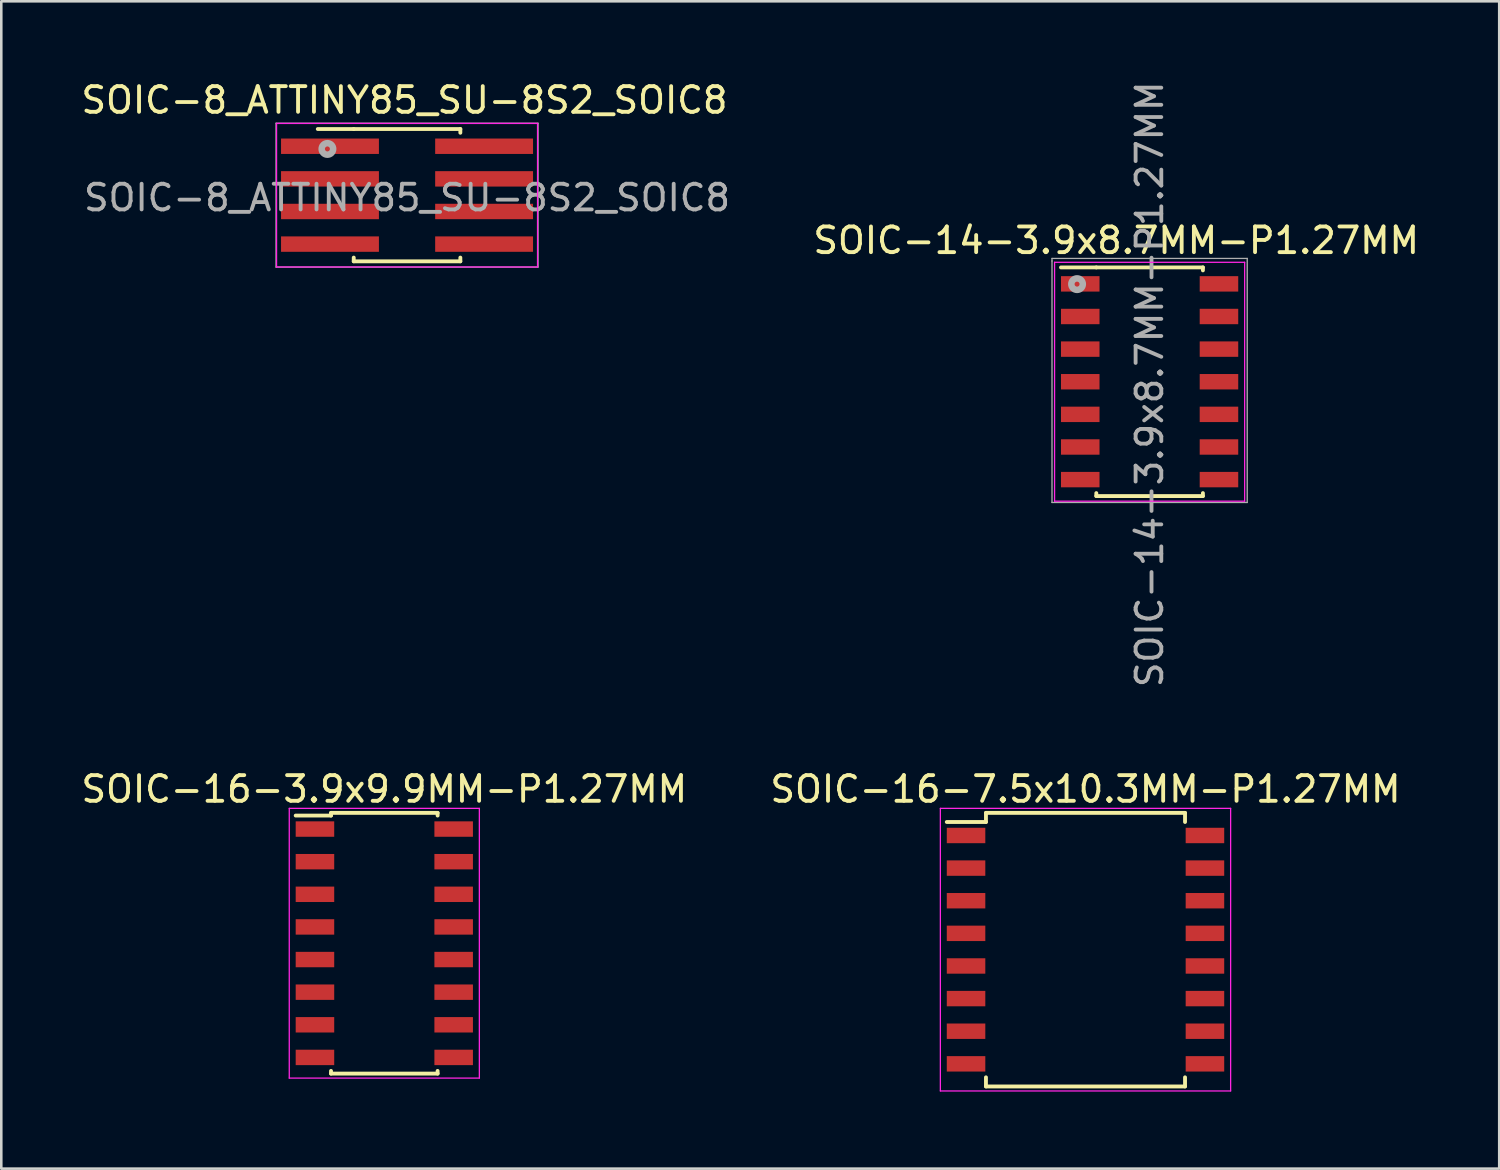
<source format=kicad_pcb>
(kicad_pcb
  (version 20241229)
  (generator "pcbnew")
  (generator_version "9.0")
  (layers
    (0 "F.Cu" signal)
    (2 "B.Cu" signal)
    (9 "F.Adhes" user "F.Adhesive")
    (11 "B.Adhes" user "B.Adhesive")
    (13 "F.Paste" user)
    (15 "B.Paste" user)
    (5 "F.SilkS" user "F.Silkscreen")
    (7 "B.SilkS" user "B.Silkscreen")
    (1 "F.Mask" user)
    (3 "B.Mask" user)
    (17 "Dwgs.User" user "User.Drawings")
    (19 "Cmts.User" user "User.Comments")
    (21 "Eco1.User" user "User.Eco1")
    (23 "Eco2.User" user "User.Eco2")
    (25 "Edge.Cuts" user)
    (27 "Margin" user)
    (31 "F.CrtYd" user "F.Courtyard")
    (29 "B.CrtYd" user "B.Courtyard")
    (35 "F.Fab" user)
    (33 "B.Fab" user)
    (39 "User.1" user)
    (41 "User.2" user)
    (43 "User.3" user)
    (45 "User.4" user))
  (footprint "SOIC-16-7.5x10.3MM-P1.27MM"
    (layer "F.Cu")
    (at 39.208 33.92)
    (property "Reference" "SOIC-16-7.5x10.3MM-P1.27MM" (at 0 -6.25 0) (layer "F.SilkS") (effects (font (size 1 1) (thickness 0.15))))
    (attr smd)
    (fp_line (start -3.875 -5.325) (end -3.875 -4.97) (stroke (width 0.15) (type solid)) (layer "F.SilkS"))
    (fp_line (start -3.875 -5.325) (end 3.875 -5.325) (stroke (width 0.15) (type solid)) (layer "F.SilkS"))
    (fp_line (start -3.875 -4.97) (end -5.4 -4.97) (stroke (width 0.15) (type solid)) (layer "F.SilkS"))
    (fp_line (start -3.875 5.325) (end -3.875 4.97) (stroke (width 0.15) (type solid)) (layer "F.SilkS"))
    (fp_line (start -3.875 5.325) (end 3.875 5.325) (stroke (width 0.15) (type solid)) (layer "F.SilkS"))
    (fp_line (start 3.875 -5.325) (end 3.875 -4.97) (stroke (width 0.15) (type solid)) (layer "F.SilkS"))
    (fp_line (start 3.875 5.325) (end 3.875 4.97) (stroke (width 0.15) (type solid)) (layer "F.SilkS"))
    (fp_line (start -5.65 -5.5) (end -5.65 5.5) (stroke (width 0.05) (type solid)) (layer "F.CrtYd"))
    (fp_line (start -5.65 -5.5) (end 5.65 -5.5) (stroke (width 0.05) (type solid)) (layer "F.CrtYd"))
    (fp_line (start -5.65 5.5) (end 5.65 5.5) (stroke (width 0.05) (type solid)) (layer "F.CrtYd"))
    (fp_line (start 5.65 -5.5) (end 5.65 5.5) (stroke (width 0.05) (type solid)) (layer "F.CrtYd"))
    (pad "1" smd rect (at -4.65 -4.445) (size 1.5 0.6) (layers "F.Cu" "F.Mask" "F.Paste"))
    (pad "2" smd rect (at -4.65 -3.175) (size 1.5 0.6) (layers "F.Cu" "F.Mask" "F.Paste"))
    (pad "3" smd rect (at -4.65 -1.905) (size 1.5 0.6) (layers "F.Cu" "F.Mask" "F.Paste"))
    (pad "4" smd rect (at -4.65 -0.635) (size 1.5 0.6) (layers "F.Cu" "F.Mask" "F.Paste"))
    (pad "5" smd rect (at -4.65 0.635) (size 1.5 0.6) (layers "F.Cu" "F.Mask" "F.Paste"))
    (pad "6" smd rect (at -4.65 1.905) (size 1.5 0.6) (layers "F.Cu" "F.Mask" "F.Paste"))
    (pad "7" smd rect (at -4.65 3.175) (size 1.5 0.6) (layers "F.Cu" "F.Mask" "F.Paste"))
    (pad "8" smd rect (at -4.65 4.445) (size 1.5 0.6) (layers "F.Cu" "F.Mask" "F.Paste"))
    (pad "9" smd rect (at 4.65 4.445) (size 1.5 0.6) (layers "F.Cu" "F.Mask" "F.Paste"))
    (pad "10" smd rect (at 4.65 3.175) (size 1.5 0.6) (layers "F.Cu" "F.Mask" "F.Paste"))
    (pad "11" smd rect (at 4.65 1.905) (size 1.5 0.6) (layers "F.Cu" "F.Mask" "F.Paste"))
    (pad "12" smd rect (at 4.65 0.635) (size 1.5 0.6) (layers "F.Cu" "F.Mask" "F.Paste"))
    (pad "13" smd rect (at 4.65 -0.635) (size 1.5 0.6) (layers "F.Cu" "F.Mask" "F.Paste"))
    (pad "14" smd rect (at 4.65 -1.905) (size 1.5 0.6) (layers "F.Cu" "F.Mask" "F.Paste"))
    (pad "15" smd rect (at 4.65 -3.175) (size 1.5 0.6) (layers "F.Cu" "F.Mask" "F.Paste"))
    (pad "16" smd rect (at 4.65 -4.445) (size 1.5 0.6) (layers "F.Cu" "F.Mask" "F.Paste")))
  (footprint "SOIC-16-3.9x9.9MM-P1.27MM"
    (layer "F.Cu")
    (at 11.911 33.67)
    (property "Reference" "SOIC-16-3.9x9.9MM-P1.27MM" (at 0 -6 0) (layer "F.SilkS") (effects (font (size 1 1) (thickness 0.15))))
    (attr smd)
    (fp_line (start -2.075 -5.075) (end -2.075 -4.97) (stroke (width 0.15) (type solid)) (layer "F.SilkS"))
    (fp_line (start -2.075 -5.075) (end 2.075 -5.075) (stroke (width 0.15) (type solid)) (layer "F.SilkS"))
    (fp_line (start -2.075 -4.97) (end -3.45 -4.97) (stroke (width 0.15) (type solid)) (layer "F.SilkS"))
    (fp_line (start -2.075 5.075) (end -2.075 4.97) (stroke (width 0.15) (type solid)) (layer "F.SilkS"))
    (fp_line (start -2.075 5.075) (end 2.075 5.075) (stroke (width 0.15) (type solid)) (layer "F.SilkS"))
    (fp_line (start 2.075 -5.075) (end 2.075 -4.97) (stroke (width 0.15) (type solid)) (layer "F.SilkS"))
    (fp_line (start 2.075 5.075) (end 2.075 4.97) (stroke (width 0.15) (type solid)) (layer "F.SilkS"))
    (fp_line (start -3.7 -5.25) (end -3.7 5.25) (stroke (width 0.05) (type solid)) (layer "F.CrtYd"))
    (fp_line (start -3.7 -5.25) (end 3.7 -5.25) (stroke (width 0.05) (type solid)) (layer "F.CrtYd"))
    (fp_line (start -3.7 5.25) (end 3.7 5.25) (stroke (width 0.05) (type solid)) (layer "F.CrtYd"))
    (fp_line (start 3.7 -5.25) (end 3.7 5.25) (stroke (width 0.05) (type solid)) (layer "F.CrtYd"))
    (pad "1" smd rect (at -2.7 -4.445) (size 1.5 0.6) (layers "F.Cu" "F.Mask" "F.Paste"))
    (pad "2" smd rect (at -2.7 -3.175) (size 1.5 0.6) (layers "F.Cu" "F.Mask" "F.Paste"))
    (pad "3" smd rect (at -2.7 -1.905) (size 1.5 0.6) (layers "F.Cu" "F.Mask" "F.Paste"))
    (pad "4" smd rect (at -2.7 -0.635) (size 1.5 0.6) (layers "F.Cu" "F.Mask" "F.Paste"))
    (pad "5" smd rect (at -2.7 0.635) (size 1.5 0.6) (layers "F.Cu" "F.Mask" "F.Paste"))
    (pad "6" smd rect (at -2.7 1.905) (size 1.5 0.6) (layers "F.Cu" "F.Mask" "F.Paste"))
    (pad "7" smd rect (at -2.7 3.175) (size 1.5 0.6) (layers "F.Cu" "F.Mask" "F.Paste"))
    (pad "8" smd rect (at -2.7 4.445) (size 1.5 0.6) (layers "F.Cu" "F.Mask" "F.Paste"))
    (pad "9" smd rect (at 2.7 4.445) (size 1.5 0.6) (layers "F.Cu" "F.Mask" "F.Paste"))
    (pad "10" smd rect (at 2.7 3.175) (size 1.5 0.6) (layers "F.Cu" "F.Mask" "F.Paste"))
    (pad "11" smd rect (at 2.7 1.905) (size 1.5 0.6) (layers "F.Cu" "F.Mask" "F.Paste"))
    (pad "12" smd rect (at 2.7 0.635) (size 1.5 0.6) (layers "F.Cu" "F.Mask" "F.Paste"))
    (pad "13" smd rect (at 2.7 -0.635) (size 1.5 0.6) (layers "F.Cu" "F.Mask" "F.Paste"))
    (pad "14" smd rect (at 2.7 -1.905) (size 1.5 0.6) (layers "F.Cu" "F.Mask" "F.Paste"))
    (pad "15" smd rect (at 2.7 -3.175) (size 1.5 0.6) (layers "F.Cu" "F.Mask" "F.Paste"))
    (pad "16" smd rect (at 2.7 -4.445) (size 1.5 0.6) (layers "F.Cu" "F.Mask" "F.Paste")))
  (footprint "SOIC-8_ATTINY85_SU-8S2_SOIC8"
    (layer "F.Cu")
    (at 12.796 4.548)
    (property "Reference" "SOIC-8_ATTINY85_SU-8S2_SOIC8" (at 0 0.1 0) (layer "F.Fab") (effects (font (size 1 1) (thickness 0.15))))
    (attr smd)
    (fp_line (start -2.075 -2.575) (end -3.475 -2.575) (stroke (width 0.15) (type solid)) (layer "F.SilkS"))
    (fp_line (start -2.075 -2.575) (end 2.075 -2.575) (stroke (width 0.15) (type solid)) (layer "F.SilkS"))
    (fp_line (start -2.075 2.575) (end -2.075 2.43) (stroke (width 0.15) (type solid)) (layer "F.SilkS"))
    (fp_line (start -2.075 2.575) (end 2.075 2.575) (stroke (width 0.15) (type solid)) (layer "F.SilkS"))
    (fp_line (start 2.075 -2.575) (end 2.075 -2.43) (stroke (width 0.15) (type solid)) (layer "F.SilkS"))
    (fp_line (start 2.075 2.575) (end 2.075 2.43) (stroke (width 0.15) (type solid)) (layer "F.SilkS"))
    (fp_line (start -5.08 -2.794) (end -5.08 2.794) (stroke (width 0.05) (type solid)) (layer "F.CrtYd"))
    (fp_line (start -5.08 -2.794) (end 5.08 -2.794) (stroke (width 0.05) (type solid)) (layer "F.CrtYd"))
    (fp_line (start -5.08 2.794) (end 5.08 2.794) (stroke (width 0.05) (type solid)) (layer "F.CrtYd"))
    (fp_line (start 5.08 -2.794) (end 5.08 2.794) (stroke (width 0.05) (type solid)) (layer "F.CrtYd"))
    (fp_line (start -5.1 -2.8) (end -5.1 2.8) (stroke (width 0.051) (type solid)) (layer "F.Fab"))
    (fp_line (start -5.1 2.8) (end 5.1 2.8) (stroke (width 0.051) (type solid)) (layer "F.Fab"))
    (fp_line (start 5.1 -2.8) (end -5.1 -2.8) (stroke (width 0.051) (type solid)) (layer "F.Fab"))
    (fp_line (start 5.1 2.8) (end 5.1 -2.8) (stroke (width 0.051) (type solid)) (layer "F.Fab"))
    (fp_circle (center -3.1 -1.8) (end -3 -1.6) (stroke (width 0.254) (type solid)) (fill no) (layer "F.Fab"))
    (fp_text user "${REFERENCE}" (at -0.1 -3.7 0) (layer "F.SilkS") (effects (font (size 1 1) (thickness 0.15))))
    (pad "1" smd rect (at -3 -1.905) (size 3.81 0.6) (layers "F.Cu" "F.Mask" "F.Paste"))
    (pad "2" smd rect (at -3 -0.635) (size 3.81 0.6) (layers "F.Cu" "F.Mask" "F.Paste"))
    (pad "3" smd rect (at -3 0.635) (size 3.81 0.6) (layers "F.Cu" "F.Mask" "F.Paste"))
    (pad "4" smd rect (at -3 1.905) (size 3.81 0.6) (layers "F.Cu" "F.Mask" "F.Paste"))
    (pad "5" smd rect (at 3 1.905) (size 3.81 0.6) (layers "F.Cu" "F.Mask" "F.Paste"))
    (pad "6" smd rect (at 3 0.635) (size 3.81 0.6) (layers "F.Cu" "F.Mask" "F.Paste"))
    (pad "7" smd rect (at 3 -0.635) (size 3.81 0.6) (layers "F.Cu" "F.Mask" "F.Paste"))
    (pad "8" smd rect (at 3 -1.905) (size 3.81 0.6) (layers "F.Cu" "F.Mask" "F.Paste")))
  (footprint "SOIC-14-3.9x8.7MM-P1.27MM"
    (layer "F.Cu")
    (at 41.704 11.811)
    (property "Reference" "SOIC-14-3.9x8.7MM-P1.27MM" (at 0 0.1 90) (layer "F.Fab") (effects (font (size 1 1) (thickness 0.15))))
    (attr smd)
    (fp_line (start -2.075 -4.45) (end -3.45 -4.45) (stroke (width 0.15) (type solid)) (layer "F.SilkS"))
    (fp_line (start -2.075 -4.45) (end 2.075 -4.45) (stroke (width 0.15) (type solid)) (layer "F.SilkS"))
    (fp_line (start -2.075 4.45) (end -2.075 4.335) (stroke (width 0.15) (type solid)) (layer "F.SilkS"))
    (fp_line (start -2.075 4.45) (end 2.075 4.45) (stroke (width 0.15) (type solid)) (layer "F.SilkS"))
    (fp_line (start 2.075 -4.45) (end 2.075 -4.335) (stroke (width 0.15) (type solid)) (layer "F.SilkS"))
    (fp_line (start 2.075 4.45) (end 2.075 4.335) (stroke (width 0.15) (type solid)) (layer "F.SilkS"))
    (fp_line (start -3.7 -4.65) (end -3.7 4.65) (stroke (width 0.05) (type solid)) (layer "F.CrtYd"))
    (fp_line (start -3.7 -4.65) (end 3.7 -4.65) (stroke (width 0.05) (type solid)) (layer "F.CrtYd"))
    (fp_line (start -3.7 4.65) (end 3.7 4.65) (stroke (width 0.05) (type solid)) (layer "F.CrtYd"))
    (fp_line (start 3.7 -4.65) (end 3.7 4.65) (stroke (width 0.05) (type solid)) (layer "F.CrtYd"))
    (fp_line (start -3.8 -4.8) (end -3.8 -4.7) (stroke (width 0.051) (type solid)) (layer "F.Fab"))
    (fp_line (start -3.8 -4.7) (end -3.8 4.7) (stroke (width 0.051) (type solid)) (layer "F.Fab"))
    (fp_line (start -3.8 4.7) (end 3.8 4.7) (stroke (width 0.051) (type solid)) (layer "F.Fab"))
    (fp_line (start 3.8 -4.8) (end -3.8 -4.8) (stroke (width 0.051) (type solid)) (layer "F.Fab"))
    (fp_line (start 3.8 4.7) (end 3.8 -4.8) (stroke (width 0.051) (type solid)) (layer "F.Fab"))
    (fp_circle (center -2.824 -3.8) (end -2.724 -3.6) (stroke (width 0.254) (type solid)) (fill no) (layer "F.Fab"))
    (fp_text user "${REFERENCE}" (at -1.3 -5.5 0) (layer "F.SilkS") (effects (font (size 1 1) (thickness 0.15))))
    (pad "1" smd rect (at -2.7 -3.81) (size 1.5 0.6) (layers "F.Cu" "F.Mask" "F.Paste"))
    (pad "2" smd rect (at -2.7 -2.54) (size 1.5 0.6) (layers "F.Cu" "F.Mask" "F.Paste"))
    (pad "3" smd rect (at -2.7 -1.27) (size 1.5 0.6) (layers "F.Cu" "F.Mask" "F.Paste"))
    (pad "4" smd rect (at -2.7 0) (size 1.5 0.6) (layers "F.Cu" "F.Mask" "F.Paste"))
    (pad "5" smd rect (at -2.7 1.27) (size 1.5 0.6) (layers "F.Cu" "F.Mask" "F.Paste"))
    (pad "6" smd rect (at -2.7 2.54) (size 1.5 0.6) (layers "F.Cu" "F.Mask" "F.Paste"))
    (pad "7" smd rect (at -2.7 3.81) (size 1.5 0.6) (layers "F.Cu" "F.Mask" "F.Paste"))
    (pad "8" smd rect (at 2.7 3.81) (size 1.5 0.6) (layers "F.Cu" "F.Mask" "F.Paste"))
    (pad "9" smd rect (at 2.7 2.54) (size 1.5 0.6) (layers "F.Cu" "F.Mask" "F.Paste"))
    (pad "10" smd rect (at 2.7 1.27) (size 1.5 0.6) (layers "F.Cu" "F.Mask" "F.Paste"))
    (pad "11" smd rect (at 2.7 0) (size 1.5 0.6) (layers "F.Cu" "F.Mask" "F.Paste"))
    (pad "12" smd rect (at 2.7 -1.27) (size 1.5 0.6) (layers "F.Cu" "F.Mask" "F.Paste"))
    (pad "13" smd rect (at 2.7 -2.54) (size 1.5 0.6) (layers "F.Cu" "F.Mask" "F.Paste"))
    (pad "14" smd rect (at 2.7 -3.81) (size 1.5 0.6) (layers "F.Cu" "F.Mask" "F.Paste")))
  (gr_rect
    (start -3 -3)
    (end 55.314 42.445)
    (stroke (width 0.1) (type default))
    (fill no)
    (layer "Edge.Cuts")))
</source>
